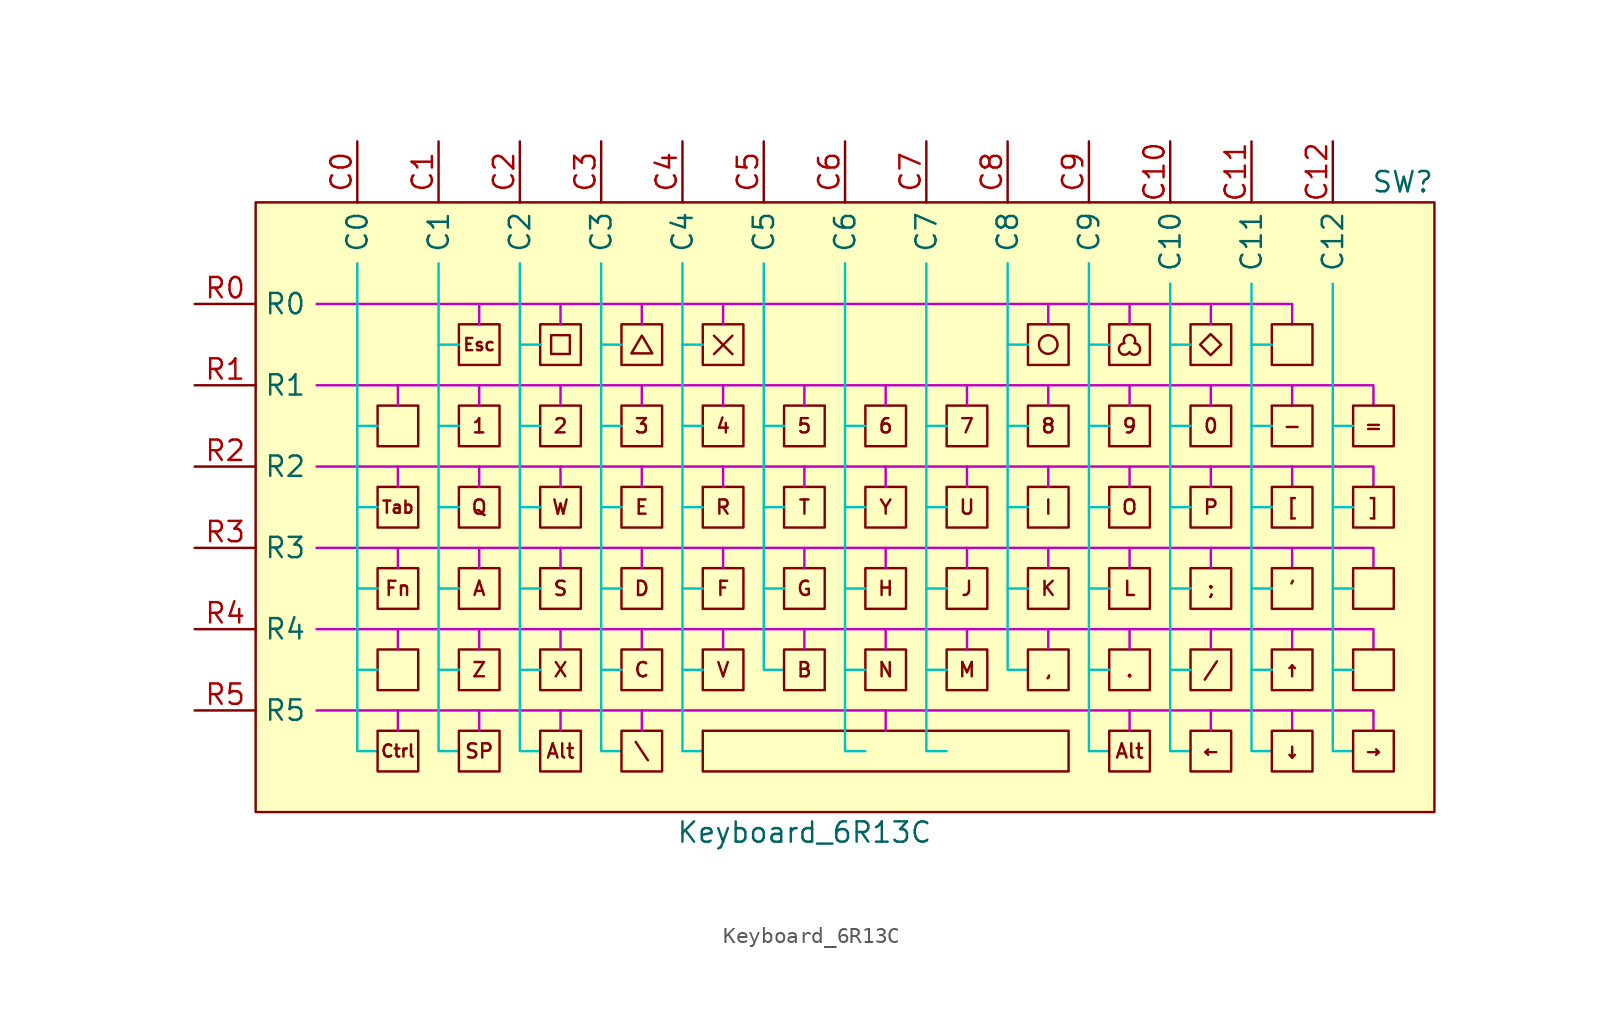
<source format=kicad_sym>
(kicad_symbol_lib
  (version 20231120)
  (generator "kicad_symbol_editor")
  (generator_version "8.0")
  (symbol "Keyboard_6R13C"
    (property "Reference" "SW"
      (at 39.37 20.32 0)
      (effects (font (size 1.27 1.27)) (justify right)))
    (property "Value" "Keyboard_6R13C"
      (at 0 -20.32 0)
      (effects (font (size 1.27 1.27))))
    (symbol "Keyboard_6R13C_0_0"
      (pin bidirectional line (at -27.94 22.86 270) (length 3.81) (name "C0" (effects (font (size 1.27 1.27)))) (number "C0" (effects (font (size 1.27 1.27)))))
      (pin bidirectional line (at -22.86 22.86 270) (length 3.81) (name "C1" (effects (font (size 1.27 1.27)))) (number "C1" (effects (font (size 1.27 1.27)))))
      (pin bidirectional line (at 22.86 22.86 270) (length 3.81) (name "C10" (effects (font (size 1.27 1.27)))) (number "C10" (effects (font (size 1.27 1.27)))))
      (pin bidirectional line (at 27.94 22.86 270) (length 3.81) (name "C11" (effects (font (size 1.27 1.27)))) (number "C11" (effects (font (size 1.27 1.27)))))
      (pin bidirectional line (at 33.02 22.86 270) (length 3.81) (name "C12" (effects (font (size 1.27 1.27)))) (number "C12" (effects (font (size 1.27 1.27)))))
      (pin bidirectional line (at -17.78 22.86 270) (length 3.81) (name "C2" (effects (font (size 1.27 1.27)))) (number "C2" (effects (font (size 1.27 1.27)))))
      (pin bidirectional line (at -12.7 22.86 270) (length 3.81) (name "C3" (effects (font (size 1.27 1.27)))) (number "C3" (effects (font (size 1.27 1.27)))))
      (pin bidirectional line (at -7.62 22.86 270) (length 3.81) (name "C4" (effects (font (size 1.27 1.27)))) (number "C4" (effects (font (size 1.27 1.27)))))
      (pin bidirectional line (at -2.54 22.86 270) (length 3.81) (name "C5" (effects (font (size 1.27 1.27)))) (number "C5" (effects (font (size 1.27 1.27)))))
      (pin bidirectional line (at 2.54 22.86 270) (length 3.81) (name "C6" (effects (font (size 1.27 1.27)))) (number "C6" (effects (font (size 1.27 1.27)))))
      (pin bidirectional line (at 7.62 22.86 270) (length 3.81) (name "C7" (effects (font (size 1.27 1.27)))) (number "C7" (effects (font (size 1.27 1.27)))))
      (pin bidirectional line (at 12.7 22.86 270) (length 3.81) (name "C8" (effects (font (size 1.27 1.27)))) (number "C8" (effects (font (size 1.27 1.27)))))
      (pin bidirectional line (at 17.78 22.86 270) (length 3.81) (name "C9" (effects (font (size 1.27 1.27)))) (number "C9" (effects (font (size 1.27 1.27)))))
      (pin bidirectional line (at -38.1 12.7 0) (length 3.81) (name "R0" (effects (font (size 1.27 1.27)))) (number "R0" (effects (font (size 1.27 1.27)))))
      (pin bidirectional line (at -38.1 7.62 0) (length 3.81) (name "R1" (effects (font (size 1.27 1.27)))) (number "R1" (effects (font (size 1.27 1.27)))))
      (pin bidirectional line (at -38.1 2.54 0) (length 3.81) (name "R2" (effects (font (size 1.27 1.27)))) (number "R2" (effects (font (size 1.27 1.27)))))
      (pin bidirectional line (at -38.1 -2.54 0) (length 3.81) (name "R3" (effects (font (size 1.27 1.27)))) (number "R3" (effects (font (size 1.27 1.27)))))
      (pin bidirectional line (at -38.1 -7.62 0) (length 3.81) (name "R4" (effects (font (size 1.27 1.27)))) (number "R4" (effects (font (size 1.27 1.27)))))
      (pin bidirectional line (at -38.1 -12.7 0) (length 3.81) (name "R5" (effects (font (size 1.27 1.27)))) (number "R5" (effects (font (size 1.27 1.27))))))
    (symbol "Keyboard_6R13C_1_0"
      (polyline (pts (xy -5.652 9.563) (xy -4.497 10.718)) (stroke (width 0.152) (type solid) (color 132 0 0 1)) (fill (type none)))
      (polyline (pts (xy -5.652 10.718) (xy -4.497 9.563)) (stroke (width 0.152) (type solid) (color 132 0 0 1)) (fill (type none)))
      (polyline (pts (xy -9.5 9.614) (xy -10.813 9.614) (xy -10.157 10.726) (xy -9.5 9.614)) (stroke (width 0.152) (type solid) (color 132 0 0 1)) (fill (type none)))
      (polyline (pts (xy -14.656 9.576) (xy -15.828 9.576) (xy -15.828 10.748) (xy -14.656 10.748) (xy -14.656 9.576)) (stroke (width 0.152) (type solid) (color 132 0 0 1)) (fill (type none)))
      (polyline (pts (xy 26.048 10.16) (xy 25.386 9.499) (xy 24.725 10.16) (xy 25.386 10.821) (xy 26.048 10.16)) (stroke (width 0.152) (type solid) (color 132 0 0 1)) (fill (type none)))
      (polyline (pts (xy 30.867 10.329) (xy 30.661 10.124) (xy 30.867 9.919) (xy 30.783 9.833) (xy 30.575 10.039) (xy 30.367 9.833) (xy 30.283 9.919) (xy 30.489 10.124) (xy 30.283 10.329) (xy 30.367 10.415) (xy 30.575 10.209) (xy 30.783 10.415) (xy 30.867 10.329)) (stroke (width -0.0001) (type solid)) (fill (type color) (color 132 0 0 1)))
      (polyline (pts (xy 31.169 9.62) (xy 30.228 9.62) (xy 29.728 10.123) (xy 29.906 10.123) (xy 30.281 9.746) (xy 31.043 9.746) (xy 31.043 10.501) (xy 30.281 10.501) (xy 29.906 10.123) (xy 29.728 10.123) (xy 29.727 10.124) (xy 30.228 10.628) (xy 31.169 10.628) (xy 31.169 9.62)) (stroke (width -0.0001) (type solid)) (fill (type color) (color 132 0 0 1)))
      (polyline (pts (xy -24.79 -10.223) (xy -25.1 -10.223) (xy -25.1 -10.702) (xy -25.698 -10.702) (xy -25.698 -10.223) (xy -26.006 -10.223) (xy -25.906 -10.123) (xy -25.75 -10.123) (xy -25.578 -10.123) (xy -25.578 -10.602) (xy -25.219 -10.602) (xy -25.219 -10.123) (xy -25.047 -10.123) (xy -25.399 -9.771) (xy -25.75 -10.123) (xy -25.906 -10.123) (xy -25.399 -9.616) (xy -24.79 -10.223)) (stroke (width -0.0001) (type solid)) (fill (type color) (color 132 0 0 1)))
      (polyline (pts (xy 36.17 -10.223) (xy 35.86 -10.223) (xy 35.86 -10.702) (xy 35.262 -10.702) (xy 35.262 -10.223) (xy 34.954 -10.223) (xy 35.054 -10.123) (xy 35.21 -10.123) (xy 35.382 -10.123) (xy 35.382 -10.602) (xy 35.741 -10.602) (xy 35.741 -10.123) (xy 35.913 -10.123) (xy 35.561 -9.771) (xy 35.21 -10.123) (xy 35.054 -10.123) (xy 35.561 -9.616) (xy 36.17 -10.223)) (stroke (width -0.0001) (type solid)) (fill (type color) (color 132 0 0 1)))
      (polyline (pts (xy 36.297 -5.499) (xy 35.429 -5.499) (xy 35.429 -5.807) (xy 34.82 -5.2) (xy 34.976 -5.2) (xy 35.328 -5.551) (xy 35.328 -5.379) (xy 36.199 -5.379) (xy 36.199 -4.465) (xy 35.836 -4.465) (xy 35.836 -5.02) (xy 35.328 -5.02) (xy 35.328 -4.848) (xy 34.976 -5.2) (xy 34.82 -5.2) (xy 35.427 -4.592) (xy 35.427 -4.901) (xy 35.736 -4.901) (xy 35.736 -4.346) (xy 36.297 -4.346) (xy 36.297 -5.499)) (stroke (width -0.0001) (type solid)) (fill (type color) (color 132 0 0 1)))
      (polyline (pts (xy 15.265 10.744) (xy 15.295 10.742) (xy 15.324 10.738) (xy 15.352 10.733) (xy 15.38 10.727) (xy 15.408 10.719) (xy 15.434 10.71) (xy 15.461 10.7) (xy 15.486 10.688) (xy 15.511 10.675) (xy 15.535 10.661) (xy 15.559 10.646) (xy 15.582 10.63) (xy 15.603 10.613) (xy 15.624 10.595) (xy 15.645 10.576) (xy 15.664 10.556) (xy 15.682 10.535) (xy 15.699 10.513) (xy 15.715 10.49) (xy 15.73 10.467) (xy 15.744 10.442) (xy 15.757 10.418) (xy 15.768 10.392) (xy 15.779 10.366) (xy 15.788 10.339) (xy 15.796 10.311) (xy 15.802 10.283) (xy 15.807 10.255) (xy 15.811 10.226) (xy 15.813 10.197) (xy 15.814 10.167) (xy 15.813 10.137) (xy 15.811 10.108) (xy 15.807 10.079) (xy 15.802 10.05) (xy 15.796 10.022) (xy 15.788 9.995) (xy 15.779 9.968) (xy 15.768 9.942) (xy 15.757 9.916) (xy 15.744 9.891) (xy 15.73 9.867) (xy 15.715 9.844) (xy 15.699 9.821) (xy 15.682 9.799) (xy 15.664 9.778) (xy 15.645 9.758) (xy 15.624 9.739) (xy 15.603 9.721) (xy 15.582 9.704) (xy 15.559 9.688) (xy 15.535 9.672) (xy 15.511 9.659) (xy 15.486 9.646) (xy 15.461 9.634) (xy 15.434 9.624) (xy 15.408 9.615) (xy 15.38 9.607) (xy 15.352 9.601) (xy 15.324 9.595) (xy 15.295 9.592) (xy 15.265 9.589) (xy 15.236 9.589) (xy 15.206 9.589) (xy 15.177 9.592) (xy 15.148 9.595) (xy 15.119 9.601) (xy 15.091 9.607) (xy 15.064 9.615) (xy 15.037 9.624) (xy 15.011 9.634) (xy 14.985 9.646) (xy 14.96 9.659) (xy 14.936 9.672) (xy 14.912 9.688) (xy 14.89 9.704) (xy 14.868 9.721) (xy 14.847 9.739) (xy 14.827 9.758) (xy 14.808 9.778) (xy 14.79 9.799) (xy 14.772 9.821) (xy 14.756 9.844) (xy 14.741 9.867) (xy 14.727 9.891) (xy 14.715 9.916) (xy 14.703 9.942) (xy 14.693 9.968) (xy 14.684 9.995) (xy 14.676 10.022) (xy 14.669 10.05) (xy 14.664 10.079) (xy 14.661 10.108) (xy 14.658 10.137) (xy 14.658 10.167) (xy 14.658 10.197) (xy 14.661 10.226) (xy 14.664 10.255) (xy 14.669 10.283) (xy 14.676 10.311) (xy 14.684 10.339) (xy 14.693 10.366) (xy 14.703 10.392) (xy 14.715 10.418) (xy 14.727 10.442) (xy 14.741 10.467) (xy 14.756 10.49) (xy 14.772 10.513) (xy 14.79 10.535) (xy 14.808 10.556) (xy 14.827 10.576) (xy 14.847 10.595) (xy 14.868 10.613) (xy 14.89 10.63) (xy 14.912 10.646) (xy 14.936 10.661) (xy 14.96 10.675) (xy 14.985 10.688) (xy 15.011 10.7) (xy 15.037 10.71) (xy 15.064 10.719) (xy 15.091 10.727) (xy 15.119 10.733) (xy 15.148 10.738) (xy 15.177 10.742) (xy 15.206 10.744) (xy 15.236 10.745) (xy 15.265 10.744)) (stroke (width 0.152) (type solid) (color 132 0 0 1)) (fill (type none)))
      (polyline (pts (xy 20.333 10.77) (xy 20.351 10.768) (xy 20.369 10.766) (xy 20.386 10.763) (xy 20.404 10.759) (xy 20.421 10.754) (xy 20.437 10.748) (xy 20.453 10.742) (xy 20.469 10.735) (xy 20.485 10.727) (xy 20.5 10.718) (xy 20.514 10.709) (xy 20.528 10.699) (xy 20.541 10.688) (xy 20.554 10.677) (xy 20.567 10.665) (xy 20.579 10.653) (xy 20.59 10.64) (xy 20.601 10.627) (xy 20.61 10.613) (xy 20.62 10.598) (xy 20.628 10.583) (xy 20.636 10.568) (xy 20.643 10.552) (xy 20.65 10.536) (xy 20.655 10.519) (xy 20.66 10.502) (xy 20.664 10.485) (xy 20.667 10.467) (xy 20.67 10.449) (xy 20.671 10.431) (xy 20.672 10.413) (xy 20.671 10.402) (xy 20.671 10.39) (xy 20.67 10.379) (xy 20.668 10.368) (xy 20.667 10.357) (xy 20.665 10.346) (xy 20.662 10.335) (xy 20.66 10.325) (xy 20.657 10.315) (xy 20.653 10.304) (xy 20.65 10.294) (xy 20.646 10.284) (xy 20.642 10.274) (xy 20.637 10.264) (xy 20.633 10.254) (xy 20.628 10.245) (xy 20.646 10.244) (xy 20.663 10.242) (xy 20.681 10.239) (xy 20.698 10.236) (xy 20.715 10.232) (xy 20.731 10.227) (xy 20.747 10.221) (xy 20.763 10.214) (xy 20.778 10.207) (xy 20.793 10.199) (xy 20.808 10.19) (xy 20.822 10.181) (xy 20.835 10.171) (xy 20.849 10.16) (xy 20.861 10.149) (xy 20.873 10.137) (xy 20.885 10.125) (xy 20.896 10.112) (xy 20.906 10.099) (xy 20.916 10.085) (xy 20.925 10.07) (xy 20.933 10.056) (xy 20.941 10.04) (xy 20.948 10.025) (xy 20.954 10.009) (xy 20.96 9.992) (xy 20.964 9.976) (xy 20.968 9.959) (xy 20.971 9.941) (xy 20.974 9.924) (xy 20.975 9.906) (xy 20.976 9.888) (xy 20.975 9.869) (xy 20.974 9.851) (xy 20.972 9.833) (xy 20.968 9.816) (xy 20.965 9.799) (xy 20.96 9.782) (xy 20.954 9.765) (xy 20.948 9.749) (xy 20.941 9.733) (xy 20.933 9.717) (xy 20.924 9.703) (xy 20.915 9.688) (xy 20.905 9.674) (xy 20.894 9.661) (xy 20.883 9.648) (xy 20.871 9.635) (xy 20.859 9.623) (xy 20.846 9.612) (xy 20.832 9.601) (xy 20.818 9.592) (xy 20.804 9.582) (xy 20.789 9.574) (xy 20.773 9.566) (xy 20.758 9.559) (xy 20.741 9.552) (xy 20.725 9.547) (xy 20.708 9.542) (xy 20.691 9.538) (xy 20.673 9.535) (xy 20.655 9.532) (xy 20.637 9.531) (xy 20.619 9.53) (xy 20.607 9.531) (xy 20.595 9.531) (xy 20.583 9.532) (xy 20.571 9.534) (xy 20.559 9.535) (xy 20.548 9.537) (xy 20.537 9.54) (xy 20.525 9.543) (xy 20.514 9.546) (xy 20.503 9.55) (xy 20.493 9.553) (xy 20.482 9.558) (xy 20.472 9.562) (xy 20.462 9.567) (xy 20.451 9.572) (xy 20.442 9.578) (xy 20.432 9.583) (xy 20.423 9.589) (xy 20.404 9.602) (xy 20.387 9.617) (xy 20.37 9.632) (xy 20.355 9.648) (xy 20.34 9.665) (xy 20.327 9.682) (xy 20.314 9.701) (xy 20.302 9.682) (xy 20.288 9.665) (xy 20.274 9.648) (xy 20.258 9.632) (xy 20.241 9.617) (xy 20.224 9.602) (xy 20.206 9.589) (xy 20.186 9.578) (xy 20.167 9.567) (xy 20.146 9.558) (xy 20.125 9.55) (xy 20.103 9.543) (xy 20.08 9.537) (xy 20.057 9.534) (xy 20.034 9.531) (xy 20.01 9.53) (xy 19.992 9.531) (xy 19.974 9.532) (xy 19.956 9.535) (xy 19.938 9.538) (xy 19.921 9.542) (xy 19.904 9.547) (xy 19.887 9.552) (xy 19.871 9.559) (xy 19.855 9.566) (xy 19.84 9.574) (xy 19.825 9.582) (xy 19.81 9.592) (xy 19.796 9.601) (xy 19.783 9.612) (xy 19.77 9.623) (xy 19.758 9.635) (xy 19.746 9.648) (xy 19.735 9.661) (xy 19.724 9.674) (xy 19.714 9.688) (xy 19.705 9.703) (xy 19.696 9.717) (xy 19.688 9.733) (xy 19.681 9.749) (xy 19.674 9.765) (xy 19.669 9.782) (xy 19.664 9.799) (xy 19.66 9.816) (xy 19.657 9.833) (xy 19.655 9.851) (xy 19.653 9.869) (xy 19.653 9.888) (xy 19.653 9.906) (xy 19.655 9.924) (xy 19.657 9.941) (xy 19.66 9.959) (xy 19.664 9.976) (xy 19.668 9.992) (xy 19.674 10.009) (xy 19.68 10.025) (xy 19.687 10.04) (xy 19.695 10.056) (xy 19.703 10.07) (xy 19.712 10.085) (xy 19.722 10.099) (xy 19.732 10.112) (xy 19.743 10.125) (xy 19.754 10.137) (xy 19.767 10.149) (xy 19.779 10.16) (xy 19.792 10.171) (xy 19.806 10.181) (xy 19.82 10.19) (xy 19.834 10.199) (xy 19.849 10.207) (xy 19.865 10.214) (xy 19.881 10.221) (xy 19.897 10.227) (xy 19.913 10.232) (xy 19.93 10.236) (xy 19.948 10.239) (xy 19.965 10.242) (xy 19.983 10.244) (xy 20.001 10.245) (xy 19.996 10.254) (xy 19.991 10.264) (xy 19.987 10.274) (xy 19.983 10.284) (xy 19.979 10.294) (xy 19.975 10.304) (xy 19.972 10.315) (xy 19.969 10.325) (xy 19.966 10.335) (xy 19.964 10.346) (xy 19.962 10.357) (xy 19.96 10.368) (xy 19.959 10.379) (xy 19.958 10.39) (xy 19.957 10.402) (xy 19.957 10.413) (xy 19.958 10.431) (xy 19.959 10.449) (xy 19.961 10.467) (xy 19.964 10.485) (xy 19.968 10.502) (xy 19.973 10.519) (xy 19.979 10.536) (xy 19.985 10.552) (xy 19.992 10.568) (xy 20 10.583) (xy 20.009 10.598) (xy 20.018 10.613) (xy 20.028 10.627) (xy 20.039 10.64) (xy 20.05 10.653) (xy 20.062 10.665) (xy 20.074 10.677) (xy 20.087 10.688) (xy 20.101 10.699) (xy 20.115 10.709) (xy 20.129 10.718) (xy 20.144 10.727) (xy 20.16 10.735) (xy 20.175 10.742) (xy 20.192 10.748) (xy 20.208 10.754) (xy 20.225 10.759) (xy 20.242 10.763) (xy 20.26 10.766) (xy 20.278 10.768) (xy 20.296 10.77) (xy 20.314 10.77) (xy 20.333 10.77)) (stroke (width 0.152) (type solid) (color 132 0 0 1)) (fill (type none))))
    (symbol "Keyboard_6R13C_1_1"
      (rectangle (start -34.29 19.05) (end 39.37 -19.05) (stroke (width 0) (type default)) (fill (type background)))
      (rectangle (start -26.67 -13.97) (end -24.13 -16.51) (stroke (width 0) (type default)) (fill (type none)))
      (rectangle (start -26.67 -8.89) (end -24.13 -11.43) (stroke (width 0) (type default)) (fill (type none)))
      (rectangle (start -26.67 -3.81) (end -24.13 -6.35) (stroke (width 0) (type default)) (fill (type none)))
      (rectangle (start -26.67 1.27) (end -24.13 -1.27) (stroke (width 0) (type default)) (fill (type none)))
      (rectangle (start -26.67 6.35) (end -24.13 3.81) (stroke (width 0) (type default)) (fill (type none)))
      (rectangle (start -21.59 -13.97) (end -19.05 -16.51) (stroke (width 0) (type default)) (fill (type none)))
      (rectangle (start -21.59 -8.89) (end -19.05 -11.43) (stroke (width 0) (type default)) (fill (type none)))
      (rectangle (start -21.59 -3.81) (end -19.05 -6.35) (stroke (width 0) (type default)) (fill (type none)))
      (rectangle (start -21.59 1.27) (end -19.05 -1.27) (stroke (width 0) (type default)) (fill (type none)))
      (rectangle (start -21.59 6.35) (end -19.05 3.81) (stroke (width 0) (type default)) (fill (type none)))
      (rectangle (start -21.59 11.43) (end -19.05 8.89) (stroke (width 0) (type default)) (fill (type none)))
      (rectangle (start -16.51 -13.97) (end -13.97 -16.51) (stroke (width 0) (type default)) (fill (type none)))
      (rectangle (start -16.51 -8.89) (end -13.97 -11.43) (stroke (width 0) (type default)) (fill (type none)))
      (rectangle (start -16.51 -3.81) (end -13.97 -6.35) (stroke (width 0) (type default)) (fill (type none)))
      (rectangle (start -16.51 1.27) (end -13.97 -1.27) (stroke (width 0) (type default)) (fill (type none)))
      (rectangle (start -16.51 6.35) (end -13.97 3.81) (stroke (width 0) (type default)) (fill (type none)))
      (rectangle (start -16.51 11.43) (end -13.97 8.89) (stroke (width 0) (type default)) (fill (type none)))
      (rectangle (start -11.43 -13.97) (end -8.89 -16.51) (stroke (width 0) (type default)) (fill (type none)))
      (rectangle (start -11.43 -8.89) (end -8.89 -11.43) (stroke (width 0) (type default)) (fill (type none)))
      (rectangle (start -11.43 -3.81) (end -8.89 -6.35) (stroke (width 0) (type default)) (fill (type none)))
      (rectangle (start -11.43 1.27) (end -8.89 -1.27) (stroke (width 0) (type default)) (fill (type none)))
      (rectangle (start -11.43 6.35) (end -8.89 3.81) (stroke (width 0) (type default)) (fill (type none)))
      (rectangle (start -11.43 11.43) (end -8.89 8.89) (stroke (width 0) (type default)) (fill (type none)))
      (rectangle (start -6.35 -13.97) (end 16.51 -16.51) (stroke (width 0) (type default)) (fill (type none)))
      (rectangle (start -6.35 -8.89) (end -3.81 -11.43) (stroke (width 0) (type default)) (fill (type none)))
      (rectangle (start -6.35 -3.81) (end -3.81 -6.35) (stroke (width 0) (type default)) (fill (type none)))
      (rectangle (start -6.35 1.27) (end -3.81 -1.27) (stroke (width 0) (type default)) (fill (type none)))
      (rectangle (start -6.35 6.35) (end -3.81 3.81) (stroke (width 0) (type default)) (fill (type none)))
      (rectangle (start -6.35 11.43) (end -3.81 8.89) (stroke (width 0) (type default)) (fill (type none)))
      (rectangle (start -1.27 -8.89) (end 1.27 -11.43) (stroke (width 0) (type default)) (fill (type none)))
      (rectangle (start -1.27 -3.81) (end 1.27 -6.35) (stroke (width 0) (type default)) (fill (type none)))
      (rectangle (start -1.27 1.27) (end 1.27 -1.27) (stroke (width 0) (type default)) (fill (type none)))
      (rectangle (start -1.27 6.35) (end 1.27 3.81) (stroke (width 0) (type default)) (fill (type none)))
      (polyline (pts (xy -26.67 -10.16) (xy -27.94 -10.16)) (stroke (width 0) (type default) (color 0 194 194 1)) (fill (type none)))
      (polyline (pts (xy -26.67 -5.08) (xy -27.94 -5.08)) (stroke (width 0) (type default) (color 0 194 194 1)) (fill (type none)))
      (polyline (pts (xy -26.67 0) (xy -27.94 0)) (stroke (width 0) (type default) (color 0 194 194 1)) (fill (type none)))
      (polyline (pts (xy -26.67 5.08) (xy -27.94 5.08)) (stroke (width 0) (type default) (color 0 194 194 1)) (fill (type none)))
      (polyline (pts (xy -25.4 -13.97) (xy -25.4 -12.7)) (stroke (width 0) (type default) (color 194 0 194 1)) (fill (type none)))
      (polyline (pts (xy -25.4 -8.89) (xy -25.4 -7.62)) (stroke (width 0) (type default) (color 194 0 194 1)) (fill (type none)))
      (polyline (pts (xy -25.4 -3.81) (xy -25.4 -2.54)) (stroke (width 0) (type default) (color 194 0 194 1)) (fill (type none)))
      (polyline (pts (xy -25.4 1.27) (xy -25.4 2.54)) (stroke (width 0) (type default) (color 194 0 194 1)) (fill (type none)))
      (polyline (pts (xy -25.4 6.35) (xy -25.4 7.62)) (stroke (width 0) (type default) (color 194 0 194 1)) (fill (type none)))
      (polyline (pts (xy -21.59 -10.16) (xy -22.86 -10.16)) (stroke (width 0) (type default) (color 0 194 194 1)) (fill (type none)))
      (polyline (pts (xy -21.59 -5.08) (xy -22.86 -5.08)) (stroke (width 0) (type default) (color 0 194 194 1)) (fill (type none)))
      (polyline (pts (xy -21.59 0) (xy -22.86 0)) (stroke (width 0) (type default) (color 0 194 194 1)) (fill (type none)))
      (polyline (pts (xy -21.59 5.08) (xy -22.86 5.08)) (stroke (width 0) (type default) (color 0 194 194 1)) (fill (type none)))
      (polyline (pts (xy -21.59 10.16) (xy -22.86 10.16)) (stroke (width 0) (type default) (color 0 194 194 1)) (fill (type none)))
      (polyline (pts (xy -20.32 -13.97) (xy -20.32 -12.7)) (stroke (width 0) (type default) (color 194 0 194 1)) (fill (type none)))
      (polyline (pts (xy -20.32 -8.89) (xy -20.32 -7.62)) (stroke (width 0) (type default) (color 194 0 194 1)) (fill (type none)))
      (polyline (pts (xy -20.32 -3.81) (xy -20.32 -2.54)) (stroke (width 0) (type default) (color 194 0 194 1)) (fill (type none)))
      (polyline (pts (xy -20.32 1.27) (xy -20.32 2.54)) (stroke (width 0) (type default) (color 194 0 194 1)) (fill (type none)))
      (polyline (pts (xy -20.32 6.35) (xy -20.32 7.62)) (stroke (width 0) (type default) (color 194 0 194 1)) (fill (type none)))
      (polyline (pts (xy -20.32 11.43) (xy -20.32 12.7)) (stroke (width 0) (type default) (color 194 0 194 1)) (fill (type none)))
      (polyline (pts (xy -16.51 -10.16) (xy -17.78 -10.16)) (stroke (width 0) (type default) (color 0 194 194 1)) (fill (type none)))
      (polyline (pts (xy -16.51 -5.08) (xy -17.78 -5.08)) (stroke (width 0) (type default) (color 0 194 194 1)) (fill (type none)))
      (polyline (pts (xy -16.51 0) (xy -17.78 0)) (stroke (width 0) (type default) (color 0 194 194 1)) (fill (type none)))
      (polyline (pts (xy -16.51 5.08) (xy -17.78 5.08)) (stroke (width 0) (type default) (color 0 194 194 1)) (fill (type none)))
      (polyline (pts (xy -16.51 10.16) (xy -17.78 10.16)) (stroke (width 0) (type default) (color 0 194 194 1)) (fill (type none)))
      (polyline (pts (xy -15.24 -13.97) (xy -15.24 -12.7)) (stroke (width 0) (type default) (color 194 0 194 1)) (fill (type none)))
      (polyline (pts (xy -15.24 -8.89) (xy -15.24 -7.62)) (stroke (width 0) (type default) (color 194 0 194 1)) (fill (type none)))
      (polyline (pts (xy -15.24 -3.81) (xy -15.24 -2.54)) (stroke (width 0) (type default) (color 194 0 194 1)) (fill (type none)))
      (polyline (pts (xy -15.24 1.27) (xy -15.24 2.54)) (stroke (width 0) (type default) (color 194 0 194 1)) (fill (type none)))
      (polyline (pts (xy -15.24 6.35) (xy -15.24 7.62)) (stroke (width 0) (type default) (color 194 0 194 1)) (fill (type none)))
      (polyline (pts (xy -15.24 11.43) (xy -15.24 12.7)) (stroke (width 0) (type default) (color 194 0 194 1)) (fill (type none)))
      (polyline (pts (xy -11.43 -10.16) (xy -12.7 -10.16)) (stroke (width 0) (type default) (color 0 194 194 1)) (fill (type none)))
      (polyline (pts (xy -11.43 -5.08) (xy -12.7 -5.08)) (stroke (width 0) (type default) (color 0 194 194 1)) (fill (type none)))
      (polyline (pts (xy -11.43 0) (xy -12.7 0)) (stroke (width 0) (type default) (color 0 194 194 1)) (fill (type none)))
      (polyline (pts (xy -11.43 5.08) (xy -12.7 5.08)) (stroke (width 0) (type default) (color 0 194 194 1)) (fill (type none)))
      (polyline (pts (xy -11.43 10.16) (xy -12.7 10.16)) (stroke (width 0) (type default) (color 0 194 194 1)) (fill (type none)))
      (polyline (pts (xy -10.16 -13.97) (xy -10.16 -12.7)) (stroke (width 0) (type default) (color 194 0 194 1)) (fill (type none)))
      (polyline (pts (xy -10.16 -8.89) (xy -10.16 -7.62)) (stroke (width 0) (type default) (color 194 0 194 1)) (fill (type none)))
      (polyline (pts (xy -10.16 -3.81) (xy -10.16 -2.54)) (stroke (width 0) (type default) (color 194 0 194 1)) (fill (type none)))
      (polyline (pts (xy -10.16 1.27) (xy -10.16 2.54)) (stroke (width 0) (type default) (color 194 0 194 1)) (fill (type none)))
      (polyline (pts (xy -10.16 6.35) (xy -10.16 7.62)) (stroke (width 0) (type default) (color 194 0 194 1)) (fill (type none)))
      (polyline (pts (xy -10.16 11.43) (xy -10.16 12.7)) (stroke (width 0) (type default) (color 194 0 194 1)) (fill (type none)))
      (polyline (pts (xy -6.35 -10.16) (xy -7.62 -10.16)) (stroke (width 0) (type default) (color 0 194 194 1)) (fill (type none)))
      (polyline (pts (xy -6.35 -5.08) (xy -7.62 -5.08)) (stroke (width 0) (type default) (color 0 194 194 1)) (fill (type none)))
      (polyline (pts (xy -6.35 0) (xy -7.62 0)) (stroke (width 0) (type default) (color 0 194 194 1)) (fill (type none)))
      (polyline (pts (xy -6.35 5.08) (xy -7.62 5.08)) (stroke (width 0) (type default) (color 0 194 194 1)) (fill (type none)))
      (polyline (pts (xy -6.35 10.16) (xy -7.62 10.16)) (stroke (width 0) (type default) (color 0 194 194 1)) (fill (type none)))
      (polyline (pts (xy -5.08 -8.89) (xy -5.08 -7.62)) (stroke (width 0) (type default) (color 194 0 194 1)) (fill (type none)))
      (polyline (pts (xy -5.08 -3.81) (xy -5.08 -2.54)) (stroke (width 0) (type default) (color 194 0 194 1)) (fill (type none)))
      (polyline (pts (xy -5.08 1.27) (xy -5.08 2.54)) (stroke (width 0) (type default) (color 194 0 194 1)) (fill (type none)))
      (polyline (pts (xy -5.08 6.35) (xy -5.08 7.62)) (stroke (width 0) (type default) (color 194 0 194 1)) (fill (type none)))
      (polyline (pts (xy -5.08 11.43) (xy -5.08 12.7)) (stroke (width 0) (type default) (color 194 0 194 1)) (fill (type none)))
      (polyline (pts (xy -1.27 -5.08) (xy -2.54 -5.08)) (stroke (width 0) (type default) (color 0 194 194 1)) (fill (type none)))
      (polyline (pts (xy -1.27 0) (xy -2.54 0)) (stroke (width 0) (type default) (color 0 194 194 1)) (fill (type none)))
      (polyline (pts (xy -1.27 5.08) (xy -2.54 5.08)) (stroke (width 0) (type default) (color 0 194 194 1)) (fill (type none)))
      (polyline (pts (xy 0 -8.89) (xy 0 -7.62)) (stroke (width 0) (type default) (color 194 0 194 1)) (fill (type none)))
      (polyline (pts (xy 0 -3.81) (xy 0 -2.54)) (stroke (width 0) (type default) (color 194 0 194 1)) (fill (type none)))
      (polyline (pts (xy 0 1.27) (xy 0 2.54)) (stroke (width 0) (type default) (color 194 0 194 1)) (fill (type none)))
      (polyline (pts (xy 0 6.35) (xy 0 7.62)) (stroke (width 0) (type default) (color 194 0 194 1)) (fill (type none)))
      (polyline (pts (xy 3.81 -10.16) (xy 2.54 -10.16)) (stroke (width 0) (type default) (color 0 194 194 1)) (fill (type none)))
      (polyline (pts (xy 3.81 -5.08) (xy 2.54 -5.08)) (stroke (width 0) (type default) (color 0 194 194 1)) (fill (type none)))
      (polyline (pts (xy 3.81 0) (xy 2.54 0)) (stroke (width 0) (type default) (color 0 194 194 1)) (fill (type none)))
      (polyline (pts (xy 3.81 5.08) (xy 2.54 5.08)) (stroke (width 0) (type default) (color 0 194 194 1)) (fill (type none)))
      (polyline (pts (xy 5.08 -13.97) (xy 5.08 -12.7)) (stroke (width 0) (type default) (color 194 0 194 1)) (fill (type none)))
      (polyline (pts (xy 5.08 -8.89) (xy 5.08 -7.62)) (stroke (width 0) (type default) (color 194 0 194 1)) (fill (type none)))
      (polyline (pts (xy 5.08 -3.81) (xy 5.08 -2.54)) (stroke (width 0) (type default) (color 194 0 194 1)) (fill (type none)))
      (polyline (pts (xy 5.08 1.27) (xy 5.08 2.54)) (stroke (width 0) (type default) (color 194 0 194 1)) (fill (type none)))
      (polyline (pts (xy 5.08 6.35) (xy 5.08 7.62)) (stroke (width 0) (type default) (color 194 0 194 1)) (fill (type none)))
      (polyline (pts (xy 8.89 -10.16) (xy 7.62 -10.16)) (stroke (width 0) (type default) (color 0 194 194 1)) (fill (type none)))
      (polyline (pts (xy 8.89 -5.08) (xy 7.62 -5.08)) (stroke (width 0) (type default) (color 0 194 194 1)) (fill (type none)))
      (polyline (pts (xy 8.89 0) (xy 7.62 0)) (stroke (width 0) (type default) (color 0 194 194 1)) (fill (type none)))
      (polyline (pts (xy 8.89 5.08) (xy 7.62 5.08)) (stroke (width 0) (type default) (color 0 194 194 1)) (fill (type none)))
      (polyline (pts (xy 10.16 -8.89) (xy 10.16 -7.62)) (stroke (width 0) (type default) (color 194 0 194 1)) (fill (type none)))
      (polyline (pts (xy 10.16 -3.81) (xy 10.16 -2.54)) (stroke (width 0) (type default) (color 194 0 194 1)) (fill (type none)))
      (polyline (pts (xy 10.16 1.27) (xy 10.16 2.54)) (stroke (width 0) (type default) (color 194 0 194 1)) (fill (type none)))
      (polyline (pts (xy 10.16 6.35) (xy 10.16 7.62)) (stroke (width 0) (type default) (color 194 0 194 1)) (fill (type none)))
      (polyline (pts (xy 13.97 -5.08) (xy 12.7 -5.08)) (stroke (width 0) (type default) (color 0 194 194 1)) (fill (type none)))
      (polyline (pts (xy 13.97 0) (xy 12.7 0)) (stroke (width 0) (type default) (color 0 194 194 1)) (fill (type none)))
      (polyline (pts (xy 13.97 5.08) (xy 12.7 5.08)) (stroke (width 0) (type default) (color 0 194 194 1)) (fill (type none)))
      (polyline (pts (xy 13.97 10.16) (xy 12.7 10.16)) (stroke (width 0) (type default) (color 0 194 194 1)) (fill (type none)))
      (polyline (pts (xy 15.24 -8.89) (xy 15.24 -7.62)) (stroke (width 0) (type default) (color 194 0 194 1)) (fill (type none)))
      (polyline (pts (xy 15.24 -3.81) (xy 15.24 -2.54)) (stroke (width 0) (type default) (color 194 0 194 1)) (fill (type none)))
      (polyline (pts (xy 15.24 1.27) (xy 15.24 2.54)) (stroke (width 0) (type default) (color 194 0 194 1)) (fill (type none)))
      (polyline (pts (xy 15.24 6.35) (xy 15.24 7.62)) (stroke (width 0) (type default) (color 194 0 194 1)) (fill (type none)))
      (polyline (pts (xy 15.24 11.43) (xy 15.24 12.7)) (stroke (width 0) (type default) (color 194 0 194 1)) (fill (type none)))
      (polyline (pts (xy 19.05 -10.16) (xy 17.78 -10.16)) (stroke (width 0) (type default) (color 0 194 194 1)) (fill (type none)))
      (polyline (pts (xy 19.05 -5.08) (xy 17.78 -5.08)) (stroke (width 0) (type default) (color 0 194 194 1)) (fill (type none)))
      (polyline (pts (xy 19.05 0) (xy 17.78 0)) (stroke (width 0) (type default) (color 0 194 194 1)) (fill (type none)))
      (polyline (pts (xy 19.05 5.08) (xy 17.78 5.08)) (stroke (width 0) (type default) (color 0 194 194 1)) (fill (type none)))
      (polyline (pts (xy 19.05 10.16) (xy 17.78 10.16)) (stroke (width 0) (type default) (color 0 194 194 1)) (fill (type none)))
      (polyline (pts (xy 20.32 -13.97) (xy 20.32 -12.7)) (stroke (width 0) (type default) (color 194 0 194 1)) (fill (type none)))
      (polyline (pts (xy 20.32 -8.89) (xy 20.32 -7.62)) (stroke (width 0) (type default) (color 194 0 194 1)) (fill (type none)))
      (polyline (pts (xy 20.32 -3.81) (xy 20.32 -2.54)) (stroke (width 0) (type default) (color 194 0 194 1)) (fill (type none)))
      (polyline (pts (xy 20.32 1.27) (xy 20.32 2.54)) (stroke (width 0) (type default) (color 194 0 194 1)) (fill (type none)))
      (polyline (pts (xy 20.32 6.35) (xy 20.32 7.62)) (stroke (width 0) (type default) (color 194 0 194 1)) (fill (type none)))
      (polyline (pts (xy 20.32 11.43) (xy 20.32 12.7)) (stroke (width 0) (type default) (color 194 0 194 1)) (fill (type none)))
      (polyline (pts (xy 24.13 -10.16) (xy 22.86 -10.16)) (stroke (width 0) (type default) (color 0 194 194 1)) (fill (type none)))
      (polyline (pts (xy 24.13 -5.08) (xy 22.86 -5.08)) (stroke (width 0) (type default) (color 0 194 194 1)) (fill (type none)))
      (polyline (pts (xy 24.13 0) (xy 22.86 0)) (stroke (width 0) (type default) (color 0 194 194 1)) (fill (type none)))
      (polyline (pts (xy 24.13 5.08) (xy 22.86 5.08)) (stroke (width 0) (type default) (color 0 194 194 1)) (fill (type none)))
      (polyline (pts (xy 24.13 10.16) (xy 22.86 10.16)) (stroke (width 0) (type default) (color 0 194 194 1)) (fill (type none)))
      (polyline (pts (xy 25.4 -13.97) (xy 25.4 -12.7)) (stroke (width 0) (type default) (color 194 0 194 1)) (fill (type none)))
      (polyline (pts (xy 25.4 -8.89) (xy 25.4 -7.62)) (stroke (width 0) (type default) (color 194 0 194 1)) (fill (type none)))
      (polyline (pts (xy 25.4 -3.81) (xy 25.4 -2.54)) (stroke (width 0) (type default) (color 194 0 194 1)) (fill (type none)))
      (polyline (pts (xy 25.4 1.27) (xy 25.4 2.54)) (stroke (width 0) (type default) (color 194 0 194 1)) (fill (type none)))
      (polyline (pts (xy 25.4 6.35) (xy 25.4 7.62)) (stroke (width 0) (type default) (color 194 0 194 1)) (fill (type none)))
      (polyline (pts (xy 25.4 11.43) (xy 25.4 12.7)) (stroke (width 0) (type default) (color 194 0 194 1)) (fill (type none)))
      (polyline (pts (xy 29.21 -10.16) (xy 27.94 -10.16)) (stroke (width 0) (type default) (color 0 194 194 1)) (fill (type none)))
      (polyline (pts (xy 29.21 -5.08) (xy 27.94 -5.08)) (stroke (width 0) (type default) (color 0 194 194 1)) (fill (type none)))
      (polyline (pts (xy 29.21 0) (xy 27.94 0)) (stroke (width 0) (type default) (color 0 194 194 1)) (fill (type none)))
      (polyline (pts (xy 29.21 5.08) (xy 27.94 5.08)) (stroke (width 0) (type default) (color 0 194 194 1)) (fill (type none)))
      (polyline (pts (xy 29.21 10.16) (xy 27.94 10.16)) (stroke (width 0) (type default) (color 0 194 194 1)) (fill (type none)))
      (polyline (pts (xy 34.29 -10.16) (xy 33.02 -10.16)) (stroke (width 0) (type default) (color 0 194 194 1)) (fill (type none)))
      (polyline (pts (xy 34.29 -5.08) (xy 33.02 -5.08)) (stroke (width 0) (type default) (color 0 194 194 1)) (fill (type none)))
      (polyline (pts (xy 34.29 0) (xy 33.02 0)) (stroke (width 0) (type default) (color 0 194 194 1)) (fill (type none)))
      (polyline (pts (xy 34.29 5.08) (xy 33.02 5.08)) (stroke (width 0) (type default) (color 0 194 194 1)) (fill (type none)))
      (polyline (pts (xy -30.48 -12.7) (xy 30.48 -12.7) (xy 30.48 -13.97)) (stroke (width 0) (type default) (color 194 0 194 1)) (fill (type none)))
      (polyline (pts (xy -30.48 -7.62) (xy 30.48 -7.62) (xy 30.48 -8.89)) (stroke (width 0) (type default) (color 194 0 194 1)) (fill (type none)))
      (polyline (pts (xy -30.48 -2.54) (xy 30.48 -2.54) (xy 30.48 -3.81)) (stroke (width 0) (type default) (color 194 0 194 1)) (fill (type none)))
      (polyline (pts (xy -30.48 2.54) (xy 30.48 2.54) (xy 30.48 1.27)) (stroke (width 0) (type default) (color 194 0 194 1)) (fill (type none)))
      (polyline (pts (xy -30.48 7.62) (xy 30.48 7.62) (xy 30.48 6.35)) (stroke (width 0) (type default) (color 194 0 194 1)) (fill (type none)))
      (polyline (pts (xy -30.48 12.7) (xy 30.48 12.7) (xy 30.48 11.43)) (stroke (width 0) (type default) (color 194 0 194 1)) (fill (type none)))
      (polyline (pts (xy -27.94 15.24) (xy -27.94 -15.24) (xy -26.67 -15.24)) (stroke (width 0) (type default) (color 0 194 194 1)) (fill (type none)))
      (polyline (pts (xy -22.86 15.24) (xy -22.86 -15.24) (xy -21.59 -15.24)) (stroke (width 0) (type default) (color 0 194 194 1)) (fill (type none)))
      (polyline (pts (xy -17.78 15.24) (xy -17.78 -15.24) (xy -16.51 -15.24)) (stroke (width 0) (type default) (color 0 194 194 1)) (fill (type none)))
      (polyline (pts (xy -12.7 15.24) (xy -12.7 -15.24) (xy -11.43 -15.24)) (stroke (width 0) (type default) (color 0 194 194 1)) (fill (type none)))
      (polyline (pts (xy -7.62 15.24) (xy -7.62 -15.24) (xy -6.35 -15.24)) (stroke (width 0) (type default) (color 0 194 194 1)) (fill (type none)))
      (polyline (pts (xy -2.54 15.24) (xy -2.54 -10.16) (xy -1.27 -10.16)) (stroke (width 0) (type default) (color 0 194 194 1)) (fill (type none)))
      (polyline (pts (xy 2.54 15.24) (xy 2.54 -15.24) (xy 3.81 -15.24)) (stroke (width 0) (type default) (color 0 194 194 1)) (fill (type none)))
      (polyline (pts (xy 7.62 15.24) (xy 7.62 -15.24) (xy 8.89 -15.24)) (stroke (width 0) (type default) (color 0 194 194 1)) (fill (type none)))
      (polyline (pts (xy 12.7 15.24) (xy 12.7 -10.16) (xy 13.97 -10.16)) (stroke (width 0) (type default) (color 0 194 194 1)) (fill (type none)))
      (polyline (pts (xy 17.78 15.24) (xy 17.78 -15.24) (xy 19.05 -15.24)) (stroke (width 0) (type default) (color 0 194 194 1)) (fill (type none)))
      (polyline (pts (xy 22.86 13.97) (xy 22.86 -15.24) (xy 24.13 -15.24)) (stroke (width 0) (type default) (color 0 194 194 1)) (fill (type none)))
      (polyline (pts (xy 27.94 13.97) (xy 27.94 -15.24) (xy 29.21 -15.24)) (stroke (width 0) (type default) (color 0 194 194 1)) (fill (type none)))
      (polyline (pts (xy 30.48 -12.7) (xy 35.56 -12.7) (xy 35.56 -13.97)) (stroke (width 0) (type default) (color 194 0 194 1)) (fill (type none)))
      (polyline (pts (xy 30.48 -7.62) (xy 35.56 -7.62) (xy 35.56 -8.89)) (stroke (width 0) (type default) (color 194 0 194 1)) (fill (type none)))
      (polyline (pts (xy 30.48 -2.54) (xy 35.56 -2.54) (xy 35.56 -3.81)) (stroke (width 0) (type default) (color 194 0 194 1)) (fill (type none)))
      (polyline (pts (xy 30.48 2.54) (xy 35.56 2.54) (xy 35.56 1.27)) (stroke (width 0) (type default) (color 194 0 194 1)) (fill (type none)))
      (polyline (pts (xy 30.48 7.62) (xy 35.56 7.62) (xy 35.56 6.35)) (stroke (width 0) (type default) (color 194 0 194 1)) (fill (type none)))
      (polyline (pts (xy 33.02 13.97) (xy 33.02 -15.24) (xy 34.29 -15.24)) (stroke (width 0) (type default) (color 0 194 194 1)) (fill (type none)))
      (rectangle (start 3.81 -8.89) (end 6.35 -11.43) (stroke (width 0) (type default)) (fill (type none)))
      (rectangle (start 3.81 -3.81) (end 6.35 -6.35) (stroke (width 0) (type default)) (fill (type none)))
      (rectangle (start 3.81 1.27) (end 6.35 -1.27) (stroke (width 0) (type default)) (fill (type none)))
      (rectangle (start 3.81 6.35) (end 6.35 3.81) (stroke (width 0) (type default)) (fill (type none)))
      (rectangle (start 8.89 -8.89) (end 11.43 -11.43) (stroke (width 0) (type default)) (fill (type none)))
      (rectangle (start 8.89 -3.81) (end 11.43 -6.35) (stroke (width 0) (type default)) (fill (type none)))
      (rectangle (start 8.89 1.27) (end 11.43 -1.27) (stroke (width 0) (type default)) (fill (type none)))
      (rectangle (start 8.89 6.35) (end 11.43 3.81) (stroke (width 0) (type default)) (fill (type none)))
      (rectangle (start 13.97 -8.89) (end 16.51 -11.43) (stroke (width 0) (type default)) (fill (type none)))
      (rectangle (start 13.97 -3.81) (end 16.51 -6.35) (stroke (width 0) (type default)) (fill (type none)))
      (rectangle (start 13.97 1.27) (end 16.51 -1.27) (stroke (width 0) (type default)) (fill (type none)))
      (rectangle (start 13.97 6.35) (end 16.51 3.81) (stroke (width 0) (type default)) (fill (type none)))
      (rectangle (start 13.97 11.43) (end 16.51 8.89) (stroke (width 0) (type default)) (fill (type none)))
      (rectangle (start 19.05 -13.97) (end 21.59 -16.51) (stroke (width 0) (type default)) (fill (type none)))
      (rectangle (start 19.05 -8.89) (end 21.59 -11.43) (stroke (width 0) (type default)) (fill (type none)))
      (rectangle (start 19.05 -3.81) (end 21.59 -6.35) (stroke (width 0) (type default)) (fill (type none)))
      (rectangle (start 19.05 1.27) (end 21.59 -1.27) (stroke (width 0) (type default)) (fill (type none)))
      (rectangle (start 19.05 6.35) (end 21.59 3.81) (stroke (width 0) (type default)) (fill (type none)))
      (rectangle (start 19.05 11.43) (end 21.59 8.89) (stroke (width 0) (type default)) (fill (type none)))
      (rectangle (start 24.13 -13.97) (end 26.67 -16.51) (stroke (width 0) (type default)) (fill (type none)))
      (rectangle (start 24.13 -8.89) (end 26.67 -11.43) (stroke (width 0) (type default)) (fill (type none)))
      (rectangle (start 24.13 -3.81) (end 26.67 -6.35) (stroke (width 0) (type default)) (fill (type none)))
      (rectangle (start 24.13 1.27) (end 26.67 -1.27) (stroke (width 0) (type default)) (fill (type none)))
      (rectangle (start 24.13 6.35) (end 26.67 3.81) (stroke (width 0) (type default)) (fill (type none)))
      (rectangle (start 24.13 11.43) (end 26.67 8.89) (stroke (width 0) (type default)) (fill (type none)))
      (rectangle (start 29.21 -13.97) (end 31.75 -16.51) (stroke (width 0) (type default)) (fill (type none)))
      (rectangle (start 29.21 -8.89) (end 31.75 -11.43) (stroke (width 0) (type default)) (fill (type none)))
      (rectangle (start 29.21 -3.81) (end 31.75 -6.35) (stroke (width 0) (type default)) (fill (type none)))
      (rectangle (start 29.21 1.27) (end 31.75 -1.27) (stroke (width 0) (type default)) (fill (type none)))
      (rectangle (start 29.21 6.35) (end 31.75 3.81) (stroke (width 0) (type default)) (fill (type none)))
      (rectangle (start 29.21 11.43) (end 31.75 8.89) (stroke (width 0) (type default)) (fill (type none)))
      (rectangle (start 34.29 -13.97) (end 36.83 -16.51) (stroke (width 0) (type default)) (fill (type none)))
      (rectangle (start 34.29 -8.89) (end 36.83 -11.43) (stroke (width 0) (type default)) (fill (type none)))
      (rectangle (start 34.29 -3.81) (end 36.83 -6.35) (stroke (width 0) (type default)) (fill (type none)))
      (rectangle (start 34.29 1.27) (end 36.83 -1.27) (stroke (width 0) (type default)) (fill (type none)))
      (rectangle (start 34.29 6.35) (end 36.83 3.81) (stroke (width 0) (type default)) (fill (type none)))
      (text "'" (at 30.48 -5.08 0) (effects (font (size 0.889 0.889))))
      (text "," (at 15.24 -10.16 0) (effects (font (size 0.889 0.889))))
      (text "-" (at 30.48 5.08 0) (effects (font (size 0.889 0.889))))
      (text "." (at 20.32 -10.16 0) (effects (font (size 0.889 0.889))))
      (text "/" (at 25.4 -10.16 0) (effects (font (size 0.889 0.889))))
      (text "0" (at 25.4 5.08 0) (effects (font (size 0.889 0.889))))
      (text "1" (at -20.32 5.08 0) (effects (font (size 0.889 0.889))))
      (text "2" (at -15.24 5.08 0) (effects (font (size 0.889 0.889))))
      (text "3" (at -10.16 5.08 0) (effects (font (size 0.889 0.889))))
      (text "4" (at -5.08 5.08 0) (effects (font (size 0.889 0.889))))
      (text "5" (at 0 5.08 0) (effects (font (size 0.889 0.889))))
      (text "6" (at 5.08 5.08 0) (effects (font (size 0.889 0.889))))
      (text "7" (at 10.16 5.08 0) (effects (font (size 0.889 0.889))))
      (text "8" (at 15.24 5.08 0) (effects (font (size 0.889 0.889))))
      (text "9" (at 20.32 5.08 0) (effects (font (size 0.889 0.889))))
      (text ";" (at 25.4 -5.08 0) (effects (font (size 0.889 0.889))))
      (text "=" (at 35.56 5.08 0) (effects (font (size 0.889 0.889))))
      (text "[" (at 30.48 0 0) (effects (font (size 0.889 0.889))))
      (text "\\" (at -10.16 -15.24 0) (effects (font (size 0.889 0.889))))
      (text "]" (at 35.56 0 0) (effects (font (size 0.889 0.889))))
      (text "A" (at -20.32 -5.08 0) (effects (font (size 0.889 0.889))))
      (text "Alt" (at -15.24 -15.24 0) (effects (font (size 0.889 0.889))))
      (text "Alt" (at 20.32 -15.24 0) (effects (font (size 0.889 0.889))))
      (text "B" (at 0 -10.16 0) (effects (font (size 0.889 0.889))))
      (text "C" (at -10.16 -10.16 0) (effects (font (size 0.889 0.889))))
      (text "Ctrl" (at -25.4 -15.24 0) (effects (font (size 0.762 0.762))))
      (text "D" (at -10.16 -5.08 0) (effects (font (size 0.889 0.889))))
      (text "E" (at -10.16 0 0) (effects (font (size 0.889 0.889))))
      (text "Esc" (at -20.32 10.16 0) (effects (font (size 0.762 0.762))))
      (text "F" (at -5.08 -5.08 0) (effects (font (size 0.889 0.889))))
      (text "Fn" (at -25.4 -5.08 0) (effects (font (size 0.889 0.889))))
      (text "G" (at 0 -5.08 0) (effects (font (size 0.889 0.889))))
      (text "H" (at 5.08 -5.08 0) (effects (font (size 0.889 0.889))))
      (text "I" (at 15.24 0 0) (effects (font (size 0.889 0.889))))
      (text "J" (at 10.16 -5.08 0) (effects (font (size 0.889 0.889))))
      (text "K" (at 15.24 -5.08 0) (effects (font (size 0.889 0.889))))
      (text "L" (at 20.32 -5.08 0) (effects (font (size 0.889 0.889))))
      (text "M" (at 10.16 -10.16 0) (effects (font (size 0.889 0.889))))
      (text "N" (at 5.08 -10.16 0) (effects (font (size 0.889 0.889))))
      (text "O" (at 20.32 0 0) (effects (font (size 0.889 0.889))))
      (text "P\n" (at 25.4 0 0) (effects (font (size 0.889 0.889))))
      (text "Q" (at -20.32 0 0) (effects (font (size 0.889 0.889))))
      (text "R" (at -5.08 0 0) (effects (font (size 0.889 0.889))))
      (text "S" (at -15.24 -5.08 0) (effects (font (size 0.889 0.889))))
      (text "SP" (at -20.32 -15.24 0) (effects (font (size 0.889 0.889))))
      (text "T" (at 0 0 0) (effects (font (size 0.889 0.889))))
      (text "Tab" (at -25.4 0 0) (effects (font (size 0.762 0.762))))
      (text "U" (at 10.16 0 0) (effects (font (size 0.889 0.889))))
      (text "V" (at -5.08 -10.16 0) (effects (font (size 0.889 0.889))))
      (text "W" (at -15.24 0 0) (effects (font (size 0.889 0.889))))
      (text "X" (at -15.24 -10.16 0) (effects (font (size 0.889 0.889))))
      (text "Y" (at 5.08 0 0) (effects (font (size 0.889 0.889))))
      (text "Z" (at -20.32 -10.16 0) (effects (font (size 0.889 0.889))))
      (text "~" (at -25.4 5.08 0) (effects (font (size 0.889 0.889))))
      (text "←" (at 25.4 -15.24 0) (effects (font (size 0.889 0.889))))
      (text "↑" (at 30.48 -10.16 0) (effects (font (size 0.889 0.889))))
      (text "→" (at 35.56 -15.24 0) (effects (font (size 0.889 0.889))))
      (text "↓" (at 30.48 -15.24 0) (effects (font (size 0.889 0.889)))))))
</source>
